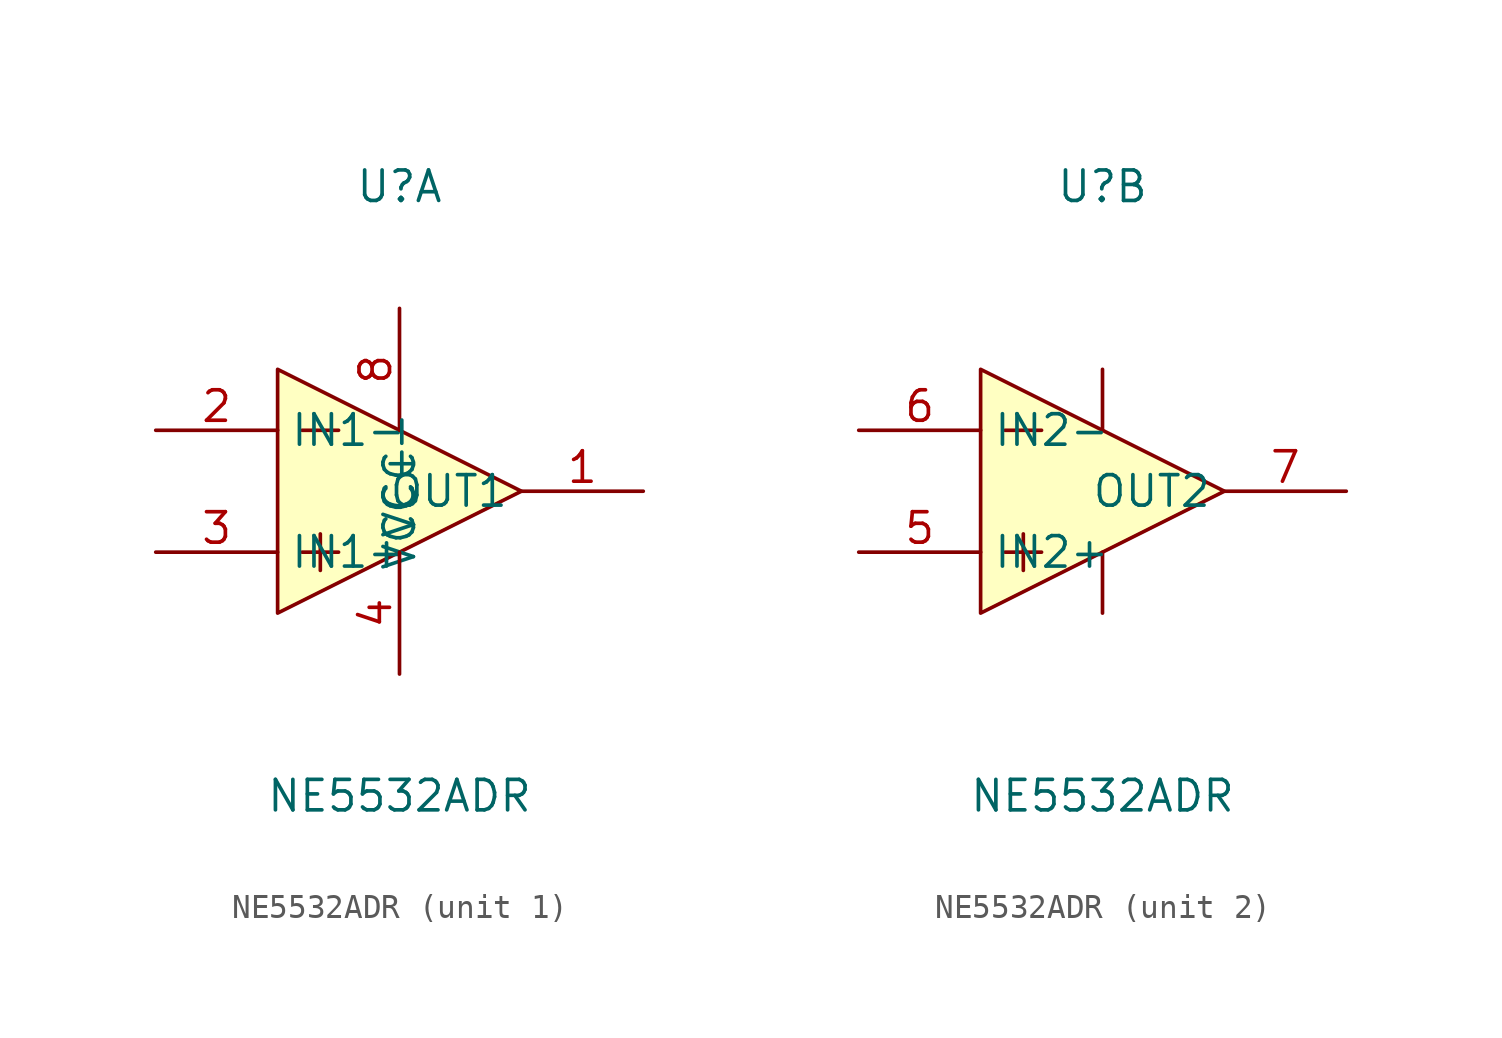
<source format=kicad_sym>
(kicad_symbol_lib
  (version 1)
  (generator "faebryk")
  (symbol "NE5532ADR"
    (property "Reference" "U"
      (at 0 12.7 0)
      (effects (font (size 1.27 1.27)) (hide no)))
    (property "Value" "NE5532ADR"
      (at 0 -12.7 0)
      (effects (font (size 1.27 1.27)) (hide no)))
    (symbol "NE5532ADR_1_1"
      (polyline (stroke (width 0) (type default) (color 0 0 0 0)) (fill (type none)) (pts (xy -3.3 -1.78) (xy -3.3 -3.3)))
      (polyline (stroke (width 0) (type default) (color 0 0 0 0)) (fill (type none)) (pts (xy -4.06 -2.54) (xy -2.54 -2.54)))
      (polyline (stroke (width 0) (type default) (color 0 0 0 0)) (fill (type none)) (pts (xy -4.06 2.54) (xy -2.54 2.54)))
      (polyline (stroke (width 0) (type default) (color 0 0 0 0)) (fill (type background)) (pts (xy -5.08 -5.08) (xy 5.08 0) (xy -5.08 5.08) (xy -5.08 -5.08)))
      (pin unspecified line (at 0 -7.62 90) (length 5.08) (name "VCC-" (effects (font (size 1.27 1.27)) (hide no))) (number "4" (effects (font (size 1.27 1.27)) (hide no))))
      (pin unspecified line (at 0 7.62 270) (length 5.08) (name "VCC+" (effects (font (size 1.27 1.27)) (hide no))) (number "8" (effects (font (size 1.27 1.27)) (hide no))))
      (pin unspecified line (at -10.16 -2.54 0) (length 5.08) (name "IN1+" (effects (font (size 1.27 1.27)) (hide no))) (number "3" (effects (font (size 1.27 1.27)) (hide no))))
      (pin unspecified line (at -10.16 2.54 0) (length 5.08) (name "IN1-" (effects (font (size 1.27 1.27)) (hide no))) (number "2" (effects (font (size 1.27 1.27)) (hide no))))
      (pin output line (at 10.16 0 180) (length 5.08) (name "OUT1" (effects (font (size 1.27 1.27)) (hide no))) (number "1" (effects (font (size 1.27 1.27)) (hide no)))))
    (symbol "NE5532ADR_2_1"
      (polyline (stroke (width 0) (type default) (color 0 0 0 0)) (fill (type none)) (pts (xy -3.3 -1.78) (xy -3.3 -3.3)))
      (polyline (stroke (width 0) (type default) (color 0 0 0 0)) (fill (type none)) (pts (xy -4.06 -2.54) (xy -2.54 -2.54)))
      (polyline (stroke (width 0) (type default) (color 0 0 0 0)) (fill (type none)) (pts (xy -4.06 2.54) (xy -2.54 2.54)))
      (polyline (stroke (width 0) (type default) (color 0 0 0 0)) (fill (type background)) (pts (xy -5.08 -5.08) (xy 5.08 0) (xy -5.08 5.08) (xy -5.08 -5.08)))
      (polyline (stroke (width 0) (type default) (color 0 0 0 0)) (fill (type none)) (pts (xy 0 -2.54) (xy 0 -5.08)))
      (polyline (stroke (width 0) (type default) (color 0 0 0 0)) (fill (type none)) (pts (xy 0 2.54) (xy 0 5.08)))
      (pin output line (at 10.16 0 180) (length 5.08) (name "OUT2" (effects (font (size 1.27 1.27)) (hide no))) (number "7" (effects (font (size 1.27 1.27)) (hide no))))
      (pin unspecified line (at -10.16 2.54 0) (length 5.08) (name "IN2-" (effects (font (size 1.27 1.27)) (hide no))) (number "6" (effects (font (size 1.27 1.27)) (hide no))))
      (pin unspecified line (at -10.16 -2.54 0) (length 5.08) (name "IN2+" (effects (font (size 1.27 1.27)) (hide no))) (number "5" (effects (font (size 1.27 1.27)) (hide no)))))))
</source>
